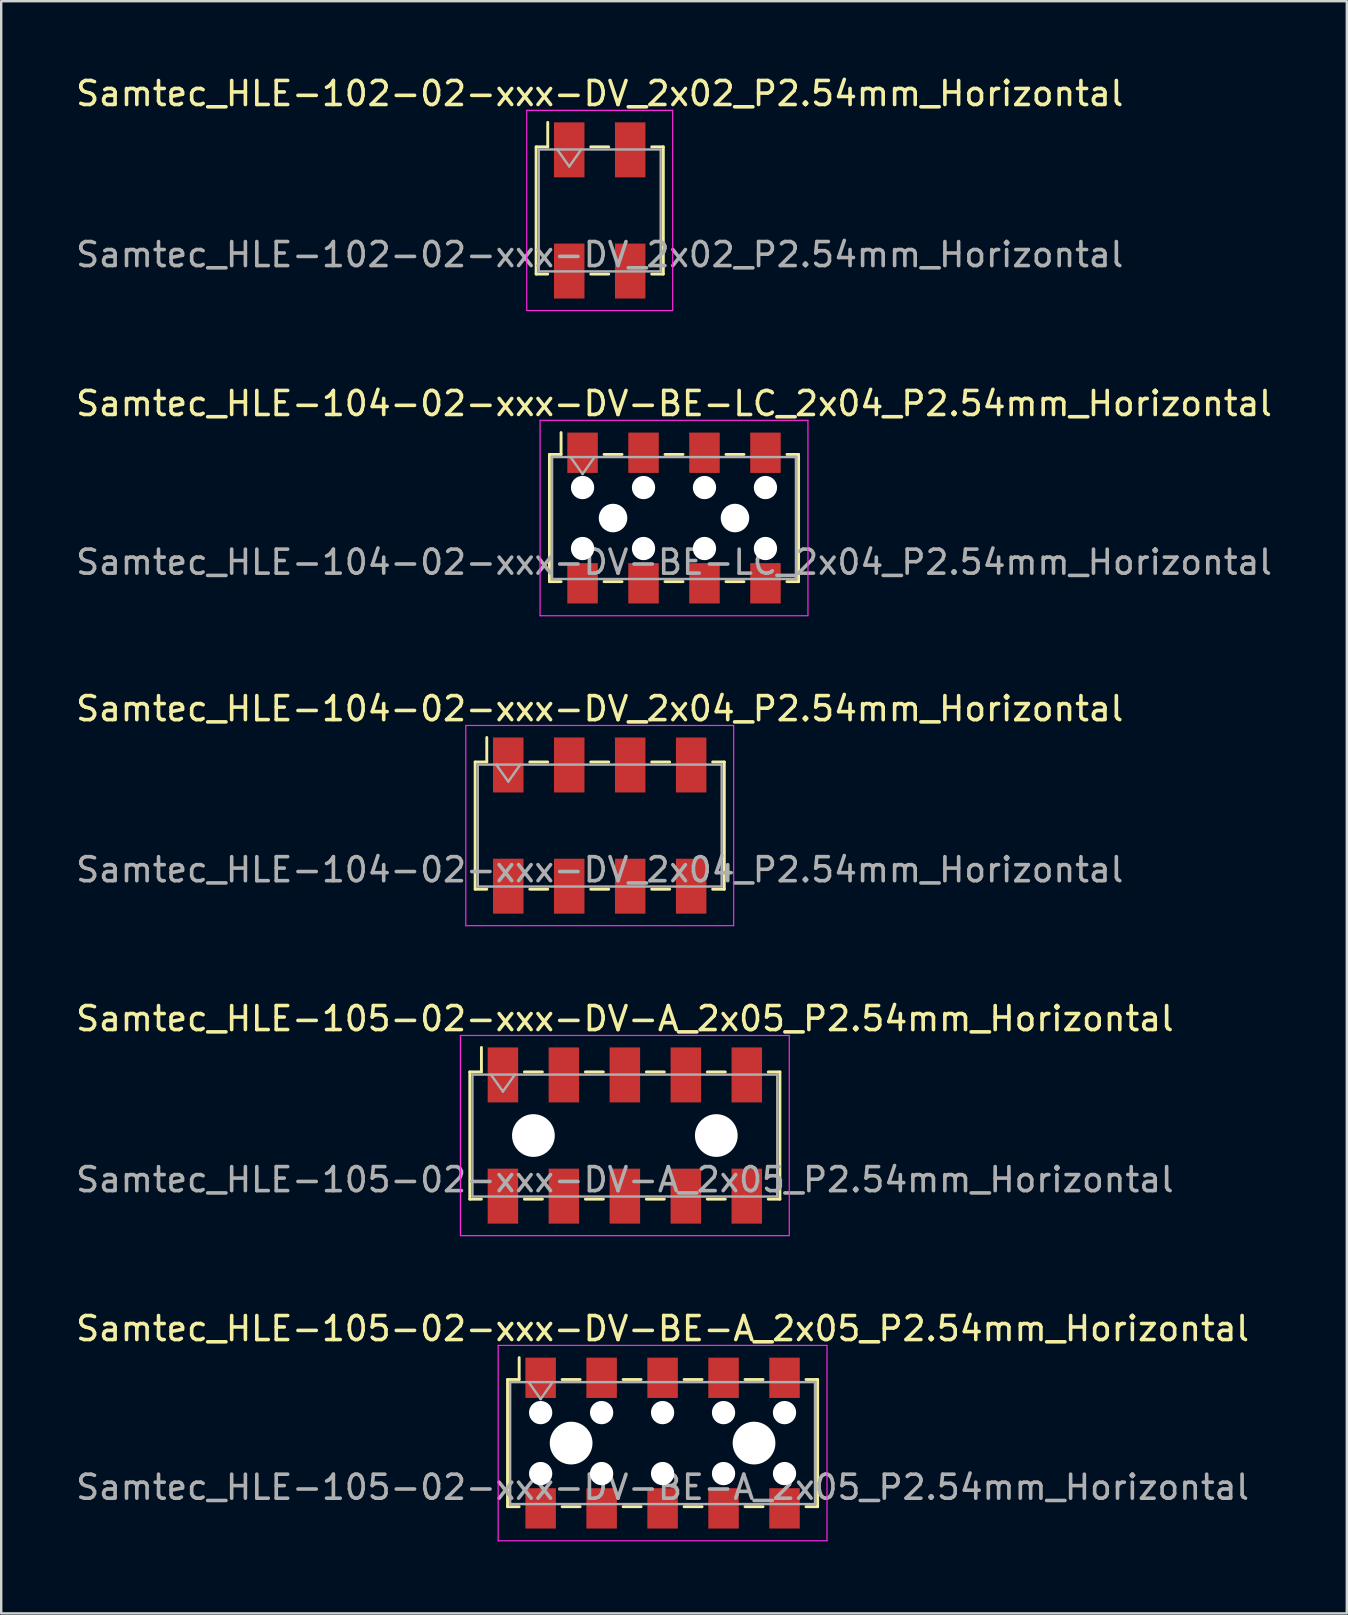
<source format=kicad_pcb>
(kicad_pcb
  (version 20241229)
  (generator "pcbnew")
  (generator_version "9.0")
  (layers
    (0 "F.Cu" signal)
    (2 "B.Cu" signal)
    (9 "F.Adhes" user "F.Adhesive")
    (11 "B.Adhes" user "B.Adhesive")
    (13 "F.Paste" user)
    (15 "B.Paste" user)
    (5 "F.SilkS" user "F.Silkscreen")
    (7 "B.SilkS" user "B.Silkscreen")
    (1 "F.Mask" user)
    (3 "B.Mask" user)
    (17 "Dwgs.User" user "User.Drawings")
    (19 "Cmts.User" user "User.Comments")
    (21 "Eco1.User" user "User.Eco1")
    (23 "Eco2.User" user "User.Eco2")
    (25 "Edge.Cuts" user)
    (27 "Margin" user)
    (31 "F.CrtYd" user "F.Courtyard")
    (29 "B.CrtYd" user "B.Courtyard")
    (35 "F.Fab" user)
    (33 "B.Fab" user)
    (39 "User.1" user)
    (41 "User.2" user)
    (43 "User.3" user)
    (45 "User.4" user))
  (footprint "Samtec_HLE-104-02-xxx-DV_2x04_P2.54mm_Horizontal"
    (layer "F.Cu")
    (at 21.935 31.345)
    (property "Reference" "Samtec_HLE-104-02-xxx-DV_2x04_P2.54mm_Horizontal" (at 0 -4.87 0) (layer "F.SilkS") (effects (font (size 1 1) (thickness 0.15))))
    (attr smd)
    (fp_line (start -5.19 -2.65) (end -5.19 2.65) (stroke (width 0.12) (type solid)) (layer "F.SilkS"))
    (fp_line (start -5.19 2.65) (end -4.705 2.65) (stroke (width 0.12) (type solid)) (layer "F.SilkS"))
    (fp_line (start -4.705 -3.67) (end -4.705 -2.65) (stroke (width 0.12) (type solid)) (layer "F.SilkS"))
    (fp_line (start -4.705 -2.65) (end -5.19 -2.65) (stroke (width 0.12) (type solid)) (layer "F.SilkS"))
    (fp_line (start -2.915 -2.65) (end -2.165 -2.65) (stroke (width 0.12) (type solid)) (layer "F.SilkS"))
    (fp_line (start -2.915 2.65) (end -2.165 2.65) (stroke (width 0.12) (type solid)) (layer "F.SilkS"))
    (fp_line (start -0.375 -2.65) (end 0.375 -2.65) (stroke (width 0.12) (type solid)) (layer "F.SilkS"))
    (fp_line (start -0.375 2.65) (end 0.375 2.65) (stroke (width 0.12) (type solid)) (layer "F.SilkS"))
    (fp_line (start 2.165 -2.65) (end 2.915 -2.65) (stroke (width 0.12) (type solid)) (layer "F.SilkS"))
    (fp_line (start 2.165 2.65) (end 2.915 2.65) (stroke (width 0.12) (type solid)) (layer "F.SilkS"))
    (fp_line (start 4.705 -2.65) (end 5.19 -2.65) (stroke (width 0.12) (type solid)) (layer "F.SilkS"))
    (fp_line (start 5.19 -2.65) (end 5.19 2.65) (stroke (width 0.12) (type solid)) (layer "F.SilkS"))
    (fp_line (start 5.19 2.65) (end 4.705 2.65) (stroke (width 0.12) (type solid)) (layer "F.SilkS"))
    (fp_line (start -5.58 -4.17) (end 5.58 -4.17) (stroke (width 0.05) (type solid)) (layer "F.CrtYd"))
    (fp_line (start -5.58 4.17) (end -5.58 -4.17) (stroke (width 0.05) (type solid)) (layer "F.CrtYd"))
    (fp_line (start 5.58 -4.17) (end 5.58 4.17) (stroke (width 0.05) (type solid)) (layer "F.CrtYd"))
    (fp_line (start 5.58 4.17) (end -5.58 4.17) (stroke (width 0.05) (type solid)) (layer "F.CrtYd"))
    (fp_line (start -5.08 -2.54) (end 5.08 -2.54) (stroke (width 0.1) (type solid)) (layer "F.Fab"))
    (fp_line (start -5.08 2.54) (end -5.08 -2.54) (stroke (width 0.1) (type solid)) (layer "F.Fab"))
    (fp_line (start -4.31 -2.54) (end -3.81 -1.833) (stroke (width 0.1) (type solid)) (layer "F.Fab"))
    (fp_line (start -3.81 -1.833) (end -3.31 -2.54) (stroke (width 0.1) (type solid)) (layer "F.Fab"))
    (fp_line (start 5.08 -2.54) (end 5.08 2.54) (stroke (width 0.1) (type solid)) (layer "F.Fab"))
    (fp_line (start 5.08 2.54) (end -5.08 2.54) (stroke (width 0.1) (type solid)) (layer "F.Fab"))
    (fp_text user "${REFERENCE}" (at 0 1.84 0) (layer "F.Fab") (effects (font (size 1 1) (thickness 0.15))))
    (pad "1" smd rect (at -3.81 -2.525) (size 1.27 2.29) (layers "F.Cu" "F.Mask" "F.Paste"))
    (pad "2" smd rect (at -3.81 2.525) (size 1.27 2.29) (layers "F.Cu" "F.Mask" "F.Paste"))
    (pad "3" smd rect (at -1.27 -2.525) (size 1.27 2.29) (layers "F.Cu" "F.Mask" "F.Paste"))
    (pad "4" smd rect (at -1.27 2.525) (size 1.27 2.29) (layers "F.Cu" "F.Mask" "F.Paste"))
    (pad "5" smd rect (at 1.27 -2.525) (size 1.27 2.29) (layers "F.Cu" "F.Mask" "F.Paste"))
    (pad "6" smd rect (at 1.27 2.525) (size 1.27 2.29) (layers "F.Cu" "F.Mask" "F.Paste"))
    (pad "7" smd rect (at 3.81 -2.525) (size 1.27 2.29) (layers "F.Cu" "F.Mask" "F.Paste"))
    (pad "8" smd rect (at 3.81 2.525) (size 1.27 2.29) (layers "F.Cu" "F.Mask" "F.Paste")))
  (footprint "Samtec_HLE-104-02-xxx-DV-BE-LC_2x04_P2.54mm_Horizontal"
    (layer "F.Cu")
    (at 25.03 18.532)
    (property "Reference" "Samtec_HLE-104-02-xxx-DV-BE-LC_2x04_P2.54mm_Horizontal" (at 0 -4.77 0) (layer "F.SilkS") (effects (font (size 1 1) (thickness 0.15))))
    (attr smd)
    (fp_line (start -5.19 -2.65) (end -5.19 2.65) (stroke (width 0.12) (type solid)) (layer "F.SilkS"))
    (fp_line (start -5.19 2.65) (end -4.705 2.65) (stroke (width 0.12) (type solid)) (layer "F.SilkS"))
    (fp_line (start -4.705 -3.56) (end -4.705 -2.65) (stroke (width 0.12) (type solid)) (layer "F.SilkS"))
    (fp_line (start -4.705 -2.65) (end -5.19 -2.65) (stroke (width 0.12) (type solid)) (layer "F.SilkS"))
    (fp_line (start -2.915 -2.65) (end -2.165 -2.65) (stroke (width 0.12) (type solid)) (layer "F.SilkS"))
    (fp_line (start -2.915 2.65) (end -2.165 2.65) (stroke (width 0.12) (type solid)) (layer "F.SilkS"))
    (fp_line (start -0.375 -2.65) (end 0.375 -2.65) (stroke (width 0.12) (type solid)) (layer "F.SilkS"))
    (fp_line (start -0.375 2.65) (end 0.375 2.65) (stroke (width 0.12) (type solid)) (layer "F.SilkS"))
    (fp_line (start 2.165 -2.65) (end 2.915 -2.65) (stroke (width 0.12) (type solid)) (layer "F.SilkS"))
    (fp_line (start 2.165 2.65) (end 2.915 2.65) (stroke (width 0.12) (type solid)) (layer "F.SilkS"))
    (fp_line (start 4.705 -2.65) (end 5.19 -2.65) (stroke (width 0.12) (type solid)) (layer "F.SilkS"))
    (fp_line (start 5.19 -2.65) (end 5.19 2.65) (stroke (width 0.12) (type solid)) (layer "F.SilkS"))
    (fp_line (start 5.19 2.65) (end 4.705 2.65) (stroke (width 0.12) (type solid)) (layer "F.SilkS"))
    (fp_line (start -5.58 -4.07) (end 5.58 -4.07) (stroke (width 0.05) (type solid)) (layer "F.CrtYd"))
    (fp_line (start -5.58 4.07) (end -5.58 -4.07) (stroke (width 0.05) (type solid)) (layer "F.CrtYd"))
    (fp_line (start 5.58 -4.07) (end 5.58 4.07) (stroke (width 0.05) (type solid)) (layer "F.CrtYd"))
    (fp_line (start 5.58 4.07) (end -5.58 4.07) (stroke (width 0.05) (type solid)) (layer "F.CrtYd"))
    (fp_line (start -5.08 -2.54) (end 5.08 -2.54) (stroke (width 0.1) (type solid)) (layer "F.Fab"))
    (fp_line (start -5.08 2.54) (end -5.08 -2.54) (stroke (width 0.1) (type solid)) (layer "F.Fab"))
    (fp_line (start -4.31 -2.54) (end -3.81 -1.833) (stroke (width 0.1) (type solid)) (layer "F.Fab"))
    (fp_line (start -3.81 -1.833) (end -3.31 -2.54) (stroke (width 0.1) (type solid)) (layer "F.Fab"))
    (fp_line (start 5.08 -2.54) (end 5.08 2.54) (stroke (width 0.1) (type solid)) (layer "F.Fab"))
    (fp_line (start 5.08 2.54) (end -5.08 2.54) (stroke (width 0.1) (type solid)) (layer "F.Fab"))
    (fp_text user "${REFERENCE}" (at 0 1.84 0) (layer "F.Fab") (effects (font (size 1 1) (thickness 0.15))))
    (pad "" np_thru_hole circle (at -3.81 -1.27) (size 0.97 0.97) (drill 0.97) (layers "*.Cu" "*.Mask"))
    (pad "" np_thru_hole circle (at -3.81 1.27) (size 0.97 0.97) (drill 0.97) (layers "*.Cu" "*.Mask"))
    (pad "" np_thru_hole circle (at -2.54 0) (size 1.19 1.19) (drill 1.19) (layers "*.Cu" "*.Mask"))
    (pad "" np_thru_hole circle (at -1.27 -1.27) (size 0.97 0.97) (drill 0.97) (layers "*.Cu" "*.Mask"))
    (pad "" np_thru_hole circle (at -1.27 1.27) (size 0.97 0.97) (drill 0.97) (layers "*.Cu" "*.Mask"))
    (pad "" np_thru_hole circle (at 1.27 -1.27) (size 0.97 0.97) (drill 0.97) (layers "*.Cu" "*.Mask"))
    (pad "" np_thru_hole circle (at 1.27 1.27) (size 0.97 0.97) (drill 0.97) (layers "*.Cu" "*.Mask"))
    (pad "" np_thru_hole circle (at 2.54 0) (size 1.19 1.19) (drill 1.19) (layers "*.Cu" "*.Mask"))
    (pad "" np_thru_hole circle (at 3.81 -1.27) (size 0.97 0.97) (drill 0.97) (layers "*.Cu" "*.Mask"))
    (pad "" np_thru_hole circle (at 3.81 1.27) (size 0.97 0.97) (drill 0.97) (layers "*.Cu" "*.Mask"))
    (pad "1" smd rect (at -3.81 -2.72) (size 1.27 1.68) (layers "F.Cu" "F.Mask" "F.Paste"))
    (pad "2" smd rect (at -3.81 2.72) (size 1.27 1.68) (layers "F.Cu" "F.Mask" "F.Paste"))
    (pad "3" smd rect (at -1.27 -2.72) (size 1.27 1.68) (layers "F.Cu" "F.Mask" "F.Paste"))
    (pad "4" smd rect (at -1.27 2.72) (size 1.27 1.68) (layers "F.Cu" "F.Mask" "F.Paste"))
    (pad "5" smd rect (at 1.27 -2.72) (size 1.27 1.68) (layers "F.Cu" "F.Mask" "F.Paste"))
    (pad "6" smd rect (at 1.27 2.72) (size 1.27 1.68) (layers "F.Cu" "F.Mask" "F.Paste"))
    (pad "7" smd rect (at 3.81 -2.72) (size 1.27 1.68) (layers "F.Cu" "F.Mask" "F.Paste"))
    (pad "8" smd rect (at 3.81 2.72) (size 1.27 1.68) (layers "F.Cu" "F.Mask" "F.Paste")))
  (footprint "Samtec_HLE-105-02-xxx-DV-BE-A_2x05_P2.54mm_Horizontal"
    (layer "F.Cu")
    (at 24.554 57.071)
    (property "Reference" "Samtec_HLE-105-02-xxx-DV-BE-A_2x05_P2.54mm_Horizontal" (at 0 -4.77 0) (layer "F.SilkS") (effects (font (size 1 1) (thickness 0.15))))
    (attr smd)
    (fp_line (start -6.46 -2.65) (end -6.46 2.65) (stroke (width 0.12) (type solid)) (layer "F.SilkS"))
    (fp_line (start -6.46 2.65) (end -5.975 2.65) (stroke (width 0.12) (type solid)) (layer "F.SilkS"))
    (fp_line (start -5.975 -3.56) (end -5.975 -2.65) (stroke (width 0.12) (type solid)) (layer "F.SilkS"))
    (fp_line (start -5.975 -2.65) (end -6.46 -2.65) (stroke (width 0.12) (type solid)) (layer "F.SilkS"))
    (fp_line (start -4.185 -2.65) (end -3.435 -2.65) (stroke (width 0.12) (type solid)) (layer "F.SilkS"))
    (fp_line (start -4.185 2.65) (end -3.435 2.65) (stroke (width 0.12) (type solid)) (layer "F.SilkS"))
    (fp_line (start -1.645 -2.65) (end -0.895 -2.65) (stroke (width 0.12) (type solid)) (layer "F.SilkS"))
    (fp_line (start -1.645 2.65) (end -0.895 2.65) (stroke (width 0.12) (type solid)) (layer "F.SilkS"))
    (fp_line (start 0.895 -2.65) (end 1.645 -2.65) (stroke (width 0.12) (type solid)) (layer "F.SilkS"))
    (fp_line (start 0.895 2.65) (end 1.645 2.65) (stroke (width 0.12) (type solid)) (layer "F.SilkS"))
    (fp_line (start 3.435 -2.65) (end 4.185 -2.65) (stroke (width 0.12) (type solid)) (layer "F.SilkS"))
    (fp_line (start 3.435 2.65) (end 4.185 2.65) (stroke (width 0.12) (type solid)) (layer "F.SilkS"))
    (fp_line (start 5.975 -2.65) (end 6.46 -2.65) (stroke (width 0.12) (type solid)) (layer "F.SilkS"))
    (fp_line (start 6.46 -2.65) (end 6.46 2.65) (stroke (width 0.12) (type solid)) (layer "F.SilkS"))
    (fp_line (start 6.46 2.65) (end 5.975 2.65) (stroke (width 0.12) (type solid)) (layer "F.SilkS"))
    (fp_line (start -6.85 -4.07) (end 6.85 -4.07) (stroke (width 0.05) (type solid)) (layer "F.CrtYd"))
    (fp_line (start -6.85 4.07) (end -6.85 -4.07) (stroke (width 0.05) (type solid)) (layer "F.CrtYd"))
    (fp_line (start 6.85 -4.07) (end 6.85 4.07) (stroke (width 0.05) (type solid)) (layer "F.CrtYd"))
    (fp_line (start 6.85 4.07) (end -6.85 4.07) (stroke (width 0.05) (type solid)) (layer "F.CrtYd"))
    (fp_line (start -6.35 -2.54) (end 6.35 -2.54) (stroke (width 0.1) (type solid)) (layer "F.Fab"))
    (fp_line (start -6.35 2.54) (end -6.35 -2.54) (stroke (width 0.1) (type solid)) (layer "F.Fab"))
    (fp_line (start -5.58 -2.54) (end -5.08 -1.833) (stroke (width 0.1) (type solid)) (layer "F.Fab"))
    (fp_line (start -5.08 -1.833) (end -4.58 -2.54) (stroke (width 0.1) (type solid)) (layer "F.Fab"))
    (fp_line (start 6.35 -2.54) (end 6.35 2.54) (stroke (width 0.1) (type solid)) (layer "F.Fab"))
    (fp_line (start 6.35 2.54) (end -6.35 2.54) (stroke (width 0.1) (type solid)) (layer "F.Fab"))
    (fp_text user "${REFERENCE}" (at 0 1.84 0) (layer "F.Fab") (effects (font (size 1 1) (thickness 0.15))))
    (pad "" np_thru_hole circle (at -5.08 -1.27) (size 0.97 0.97) (drill 0.97) (layers "*.Cu" "*.Mask"))
    (pad "" np_thru_hole circle (at -5.08 1.27) (size 0.97 0.97) (drill 0.97) (layers "*.Cu" "*.Mask"))
    (pad "" np_thru_hole circle (at -3.81 0) (size 1.78 1.78) (drill 1.78) (layers "*.Cu" "*.Mask"))
    (pad "" np_thru_hole circle (at -2.54 -1.27) (size 0.97 0.97) (drill 0.97) (layers "*.Cu" "*.Mask"))
    (pad "" np_thru_hole circle (at -2.54 1.27) (size 0.97 0.97) (drill 0.97) (layers "*.Cu" "*.Mask"))
    (pad "" np_thru_hole circle (at 0 -1.27) (size 0.97 0.97) (drill 0.97) (layers "*.Cu" "*.Mask"))
    (pad "" np_thru_hole circle (at 0 1.27) (size 0.97 0.97) (drill 0.97) (layers "*.Cu" "*.Mask"))
    (pad "" np_thru_hole circle (at 2.54 -1.27) (size 0.97 0.97) (drill 0.97) (layers "*.Cu" "*.Mask"))
    (pad "" np_thru_hole circle (at 2.54 1.27) (size 0.97 0.97) (drill 0.97) (layers "*.Cu" "*.Mask"))
    (pad "" np_thru_hole circle (at 3.81 0) (size 1.78 1.78) (drill 1.78) (layers "*.Cu" "*.Mask"))
    (pad "" np_thru_hole circle (at 5.08 -1.27) (size 0.97 0.97) (drill 0.97) (layers "*.Cu" "*.Mask"))
    (pad "" np_thru_hole circle (at 5.08 1.27) (size 0.97 0.97) (drill 0.97) (layers "*.Cu" "*.Mask"))
    (pad "1" smd rect (at -5.08 -2.72) (size 1.27 1.68) (layers "F.Cu" "F.Mask" "F.Paste"))
    (pad "2" smd rect (at -5.08 2.72) (size 1.27 1.68) (layers "F.Cu" "F.Mask" "F.Paste"))
    (pad "3" smd rect (at -2.54 -2.72) (size 1.27 1.68) (layers "F.Cu" "F.Mask" "F.Paste"))
    (pad "4" smd rect (at -2.54 2.72) (size 1.27 1.68) (layers "F.Cu" "F.Mask" "F.Paste"))
    (pad "5" smd rect (at 0 -2.72) (size 1.27 1.68) (layers "F.Cu" "F.Mask" "F.Paste"))
    (pad "6" smd rect (at 0 2.72) (size 1.27 1.68) (layers "F.Cu" "F.Mask" "F.Paste"))
    (pad "7" smd rect (at 2.54 -2.72) (size 1.27 1.68) (layers "F.Cu" "F.Mask" "F.Paste"))
    (pad "8" smd rect (at 2.54 2.72) (size 1.27 1.68) (layers "F.Cu" "F.Mask" "F.Paste"))
    (pad "9" smd rect (at 5.08 -2.72) (size 1.27 1.68) (layers "F.Cu" "F.Mask" "F.Paste"))
    (pad "10" smd rect (at 5.08 2.72) (size 1.27 1.68) (layers "F.Cu" "F.Mask" "F.Paste")))
  (footprint "Samtec_HLE-105-02-xxx-DV-A_2x05_P2.54mm_Horizontal"
    (layer "F.Cu")
    (at 22.982 44.258)
    (property "Reference" "Samtec_HLE-105-02-xxx-DV-A_2x05_P2.54mm_Horizontal" (at 0 -4.87 0) (layer "F.SilkS") (effects (font (size 1 1) (thickness 0.15))))
    (attr smd)
    (fp_line (start -6.46 -2.65) (end -6.46 2.65) (stroke (width 0.12) (type solid)) (layer "F.SilkS"))
    (fp_line (start -6.46 2.65) (end -5.975 2.65) (stroke (width 0.12) (type solid)) (layer "F.SilkS"))
    (fp_line (start -5.975 -3.67) (end -5.975 -2.65) (stroke (width 0.12) (type solid)) (layer "F.SilkS"))
    (fp_line (start -5.975 -2.65) (end -6.46 -2.65) (stroke (width 0.12) (type solid)) (layer "F.SilkS"))
    (fp_line (start -4.185 -2.65) (end -3.435 -2.65) (stroke (width 0.12) (type solid)) (layer "F.SilkS"))
    (fp_line (start -4.185 2.65) (end -3.435 2.65) (stroke (width 0.12) (type solid)) (layer "F.SilkS"))
    (fp_line (start -1.645 -2.65) (end -0.895 -2.65) (stroke (width 0.12) (type solid)) (layer "F.SilkS"))
    (fp_line (start -1.645 2.65) (end -0.895 2.65) (stroke (width 0.12) (type solid)) (layer "F.SilkS"))
    (fp_line (start 0.895 -2.65) (end 1.645 -2.65) (stroke (width 0.12) (type solid)) (layer "F.SilkS"))
    (fp_line (start 0.895 2.65) (end 1.645 2.65) (stroke (width 0.12) (type solid)) (layer "F.SilkS"))
    (fp_line (start 3.435 -2.65) (end 4.185 -2.65) (stroke (width 0.12) (type solid)) (layer "F.SilkS"))
    (fp_line (start 3.435 2.65) (end 4.185 2.65) (stroke (width 0.12) (type solid)) (layer "F.SilkS"))
    (fp_line (start 5.975 -2.65) (end 6.46 -2.65) (stroke (width 0.12) (type solid)) (layer "F.SilkS"))
    (fp_line (start 6.46 -2.65) (end 6.46 2.65) (stroke (width 0.12) (type solid)) (layer "F.SilkS"))
    (fp_line (start 6.46 2.65) (end 5.975 2.65) (stroke (width 0.12) (type solid)) (layer "F.SilkS"))
    (fp_line (start -6.85 -4.17) (end 6.85 -4.17) (stroke (width 0.05) (type solid)) (layer "F.CrtYd"))
    (fp_line (start -6.85 4.17) (end -6.85 -4.17) (stroke (width 0.05) (type solid)) (layer "F.CrtYd"))
    (fp_line (start 6.85 -4.17) (end 6.85 4.17) (stroke (width 0.05) (type solid)) (layer "F.CrtYd"))
    (fp_line (start 6.85 4.17) (end -6.85 4.17) (stroke (width 0.05) (type solid)) (layer "F.CrtYd"))
    (fp_line (start -6.35 -2.54) (end 6.35 -2.54) (stroke (width 0.1) (type solid)) (layer "F.Fab"))
    (fp_line (start -6.35 2.54) (end -6.35 -2.54) (stroke (width 0.1) (type solid)) (layer "F.Fab"))
    (fp_line (start -5.58 -2.54) (end -5.08 -1.833) (stroke (width 0.1) (type solid)) (layer "F.Fab"))
    (fp_line (start -5.08 -1.833) (end -4.58 -2.54) (stroke (width 0.1) (type solid)) (layer "F.Fab"))
    (fp_line (start 6.35 -2.54) (end 6.35 2.54) (stroke (width 0.1) (type solid)) (layer "F.Fab"))
    (fp_line (start 6.35 2.54) (end -6.35 2.54) (stroke (width 0.1) (type solid)) (layer "F.Fab"))
    (fp_text user "${REFERENCE}" (at 0 1.84 0) (layer "F.Fab") (effects (font (size 1 1) (thickness 0.15))))
    (pad "" np_thru_hole circle (at -3.81 0) (size 1.78 1.78) (drill 1.78) (layers "*.Cu" "*.Mask"))
    (pad "" np_thru_hole circle (at 3.81 0) (size 1.78 1.78) (drill 1.78) (layers "*.Cu" "*.Mask"))
    (pad "1" smd rect (at -5.08 -2.525) (size 1.27 2.29) (layers "F.Cu" "F.Mask" "F.Paste"))
    (pad "2" smd rect (at -5.08 2.525) (size 1.27 2.29) (layers "F.Cu" "F.Mask" "F.Paste"))
    (pad "3" smd rect (at -2.54 -2.525) (size 1.27 2.29) (layers "F.Cu" "F.Mask" "F.Paste"))
    (pad "4" smd rect (at -2.54 2.525) (size 1.27 2.29) (layers "F.Cu" "F.Mask" "F.Paste"))
    (pad "5" smd rect (at 0 -2.525) (size 1.27 2.29) (layers "F.Cu" "F.Mask" "F.Paste"))
    (pad "6" smd rect (at 0 2.525) (size 1.27 2.29) (layers "F.Cu" "F.Mask" "F.Paste"))
    (pad "7" smd rect (at 2.54 -2.525) (size 1.27 2.29) (layers "F.Cu" "F.Mask" "F.Paste"))
    (pad "8" smd rect (at 2.54 2.525) (size 1.27 2.29) (layers "F.Cu" "F.Mask" "F.Paste"))
    (pad "9" smd rect (at 5.08 -2.525) (size 1.27 2.29) (layers "F.Cu" "F.Mask" "F.Paste"))
    (pad "10" smd rect (at 5.08 2.525) (size 1.27 2.29) (layers "F.Cu" "F.Mask" "F.Paste")))
  (footprint "Samtec_HLE-102-02-xxx-DV_2x02_P2.54mm_Horizontal"
    (layer "F.Cu")
    (at 21.935 5.718)
    (property "Reference" "Samtec_HLE-102-02-xxx-DV_2x02_P2.54mm_Horizontal" (at 0 -4.87 0) (layer "F.SilkS") (effects (font (size 1 1) (thickness 0.15))))
    (attr smd)
    (fp_line (start -2.65 -2.65) (end -2.65 2.65) (stroke (width 0.12) (type solid)) (layer "F.SilkS"))
    (fp_line (start -2.65 2.65) (end -2.165 2.65) (stroke (width 0.12) (type solid)) (layer "F.SilkS"))
    (fp_line (start -2.165 -3.67) (end -2.165 -2.65) (stroke (width 0.12) (type solid)) (layer "F.SilkS"))
    (fp_line (start -2.165 -2.65) (end -2.65 -2.65) (stroke (width 0.12) (type solid)) (layer "F.SilkS"))
    (fp_line (start -0.375 -2.65) (end 0.375 -2.65) (stroke (width 0.12) (type solid)) (layer "F.SilkS"))
    (fp_line (start -0.375 2.65) (end 0.375 2.65) (stroke (width 0.12) (type solid)) (layer "F.SilkS"))
    (fp_line (start 2.165 -2.65) (end 2.65 -2.65) (stroke (width 0.12) (type solid)) (layer "F.SilkS"))
    (fp_line (start 2.65 -2.65) (end 2.65 2.65) (stroke (width 0.12) (type solid)) (layer "F.SilkS"))
    (fp_line (start 2.65 2.65) (end 2.165 2.65) (stroke (width 0.12) (type solid)) (layer "F.SilkS"))
    (fp_line (start -3.04 -4.17) (end 3.04 -4.17) (stroke (width 0.05) (type solid)) (layer "F.CrtYd"))
    (fp_line (start -3.04 4.17) (end -3.04 -4.17) (stroke (width 0.05) (type solid)) (layer "F.CrtYd"))
    (fp_line (start 3.04 -4.17) (end 3.04 4.17) (stroke (width 0.05) (type solid)) (layer "F.CrtYd"))
    (fp_line (start 3.04 4.17) (end -3.04 4.17) (stroke (width 0.05) (type solid)) (layer "F.CrtYd"))
    (fp_line (start -2.54 -2.54) (end 2.54 -2.54) (stroke (width 0.1) (type solid)) (layer "F.Fab"))
    (fp_line (start -2.54 2.54) (end -2.54 -2.54) (stroke (width 0.1) (type solid)) (layer "F.Fab"))
    (fp_line (start -1.77 -2.54) (end -1.27 -1.833) (stroke (width 0.1) (type solid)) (layer "F.Fab"))
    (fp_line (start -1.27 -1.833) (end -0.77 -2.54) (stroke (width 0.1) (type solid)) (layer "F.Fab"))
    (fp_line (start 2.54 -2.54) (end 2.54 2.54) (stroke (width 0.1) (type solid)) (layer "F.Fab"))
    (fp_line (start 2.54 2.54) (end -2.54 2.54) (stroke (width 0.1) (type solid)) (layer "F.Fab"))
    (fp_text user "${REFERENCE}" (at 0 1.84 0) (layer "F.Fab") (effects (font (size 1 1) (thickness 0.15))))
    (pad "1" smd rect (at -1.27 -2.525) (size 1.27 2.29) (layers "F.Cu" "F.Mask" "F.Paste"))
    (pad "2" smd rect (at -1.27 2.525) (size 1.27 2.29) (layers "F.Cu" "F.Mask" "F.Paste"))
    (pad "3" smd rect (at 1.27 -2.525) (size 1.27 2.29) (layers "F.Cu" "F.Mask" "F.Paste"))
    (pad "4" smd rect (at 1.27 2.525) (size 1.27 2.29) (layers "F.Cu" "F.Mask" "F.Paste")))
  (gr_rect
    (start -3 -3)
    (end 53.06 64.166)
    (stroke (width 0.1) (type default))
    (fill no)
    (layer "Edge.Cuts")))
</source>
